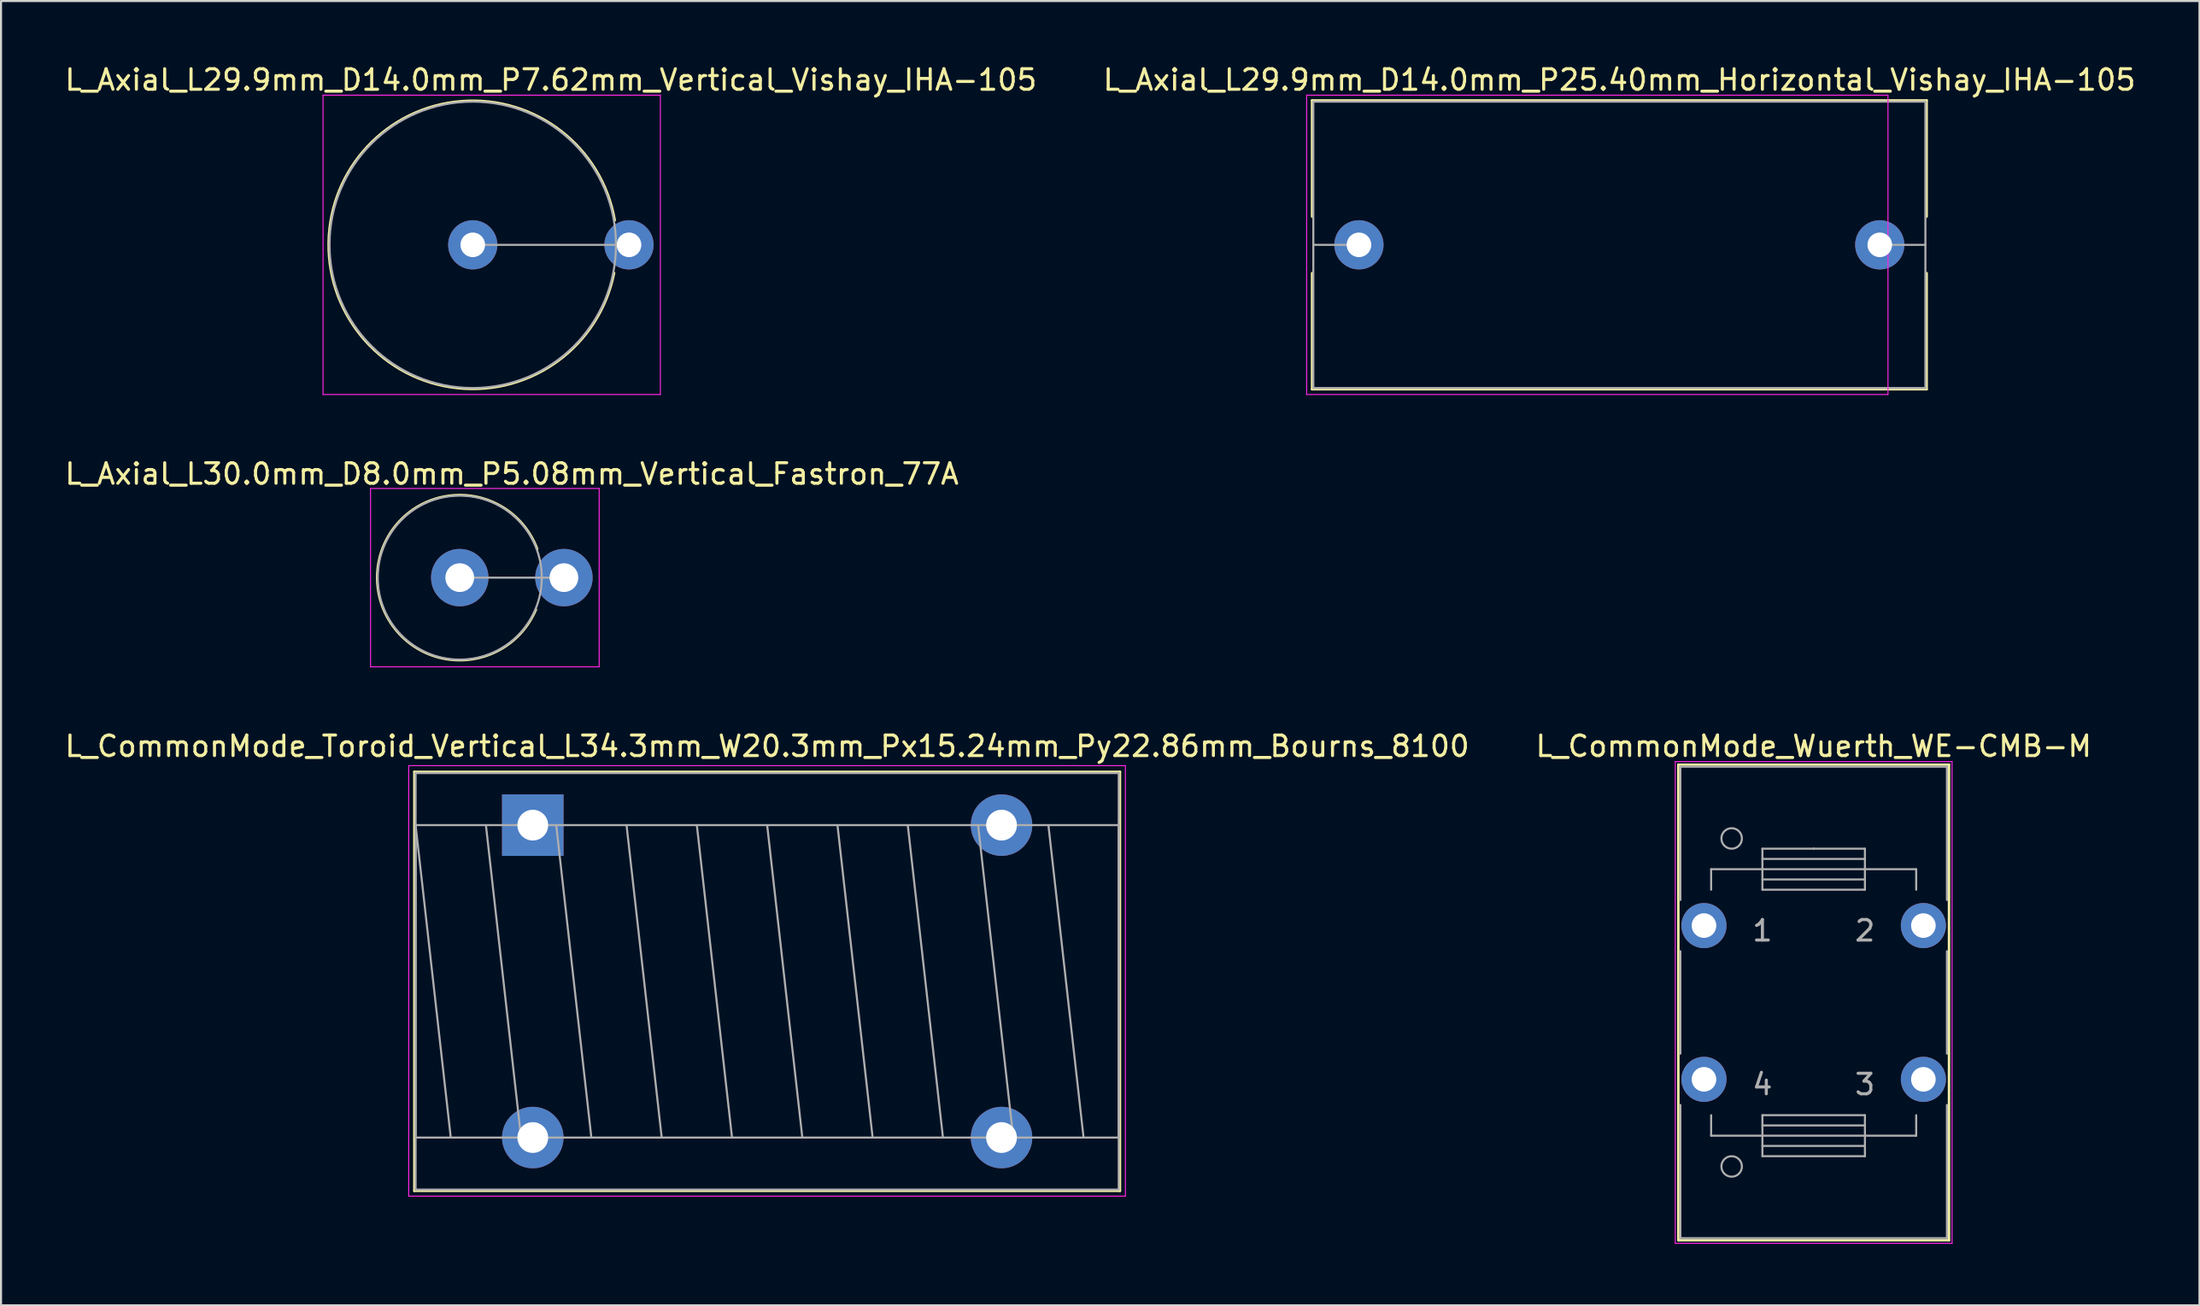
<source format=kicad_pcb>
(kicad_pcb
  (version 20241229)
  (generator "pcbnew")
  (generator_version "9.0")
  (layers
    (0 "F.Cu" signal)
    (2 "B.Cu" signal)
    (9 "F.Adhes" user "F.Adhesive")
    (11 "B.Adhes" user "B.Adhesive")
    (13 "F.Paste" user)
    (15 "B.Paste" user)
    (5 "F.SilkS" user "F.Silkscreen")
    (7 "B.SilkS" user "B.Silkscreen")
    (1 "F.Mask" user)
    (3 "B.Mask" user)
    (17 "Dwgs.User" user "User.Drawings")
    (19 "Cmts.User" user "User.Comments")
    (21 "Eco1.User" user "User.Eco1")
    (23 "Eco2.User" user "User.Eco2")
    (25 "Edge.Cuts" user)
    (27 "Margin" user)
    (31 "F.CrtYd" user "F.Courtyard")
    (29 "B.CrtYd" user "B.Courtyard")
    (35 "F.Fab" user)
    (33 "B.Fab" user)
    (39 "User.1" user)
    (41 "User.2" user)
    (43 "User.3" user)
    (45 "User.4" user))
  (footprint "L_Axial_L30.0mm_D8.0mm_P5.08mm_Vertical_Fastron_77A"
    (layer "F.Cu")
    (at 19.371 25.127)
    (property "Reference" "L_Axial_L30.0mm_D8.0mm_P5.08mm_Vertical_Fastron_77A" (at 2.54 -5.06 0) (layer "F.SilkS") (effects (font (size 1 1) (thickness 0.15))))
    (attr through_hole)
    (fp_arc (start 3.714191 1.558296) (mid -4.026942 -0.085096) (end 3.776705 -1.4) (stroke (width 0.12) (type solid)) (layer "F.SilkS"))
    (fp_line (start -4.35 -4.35) (end -4.35 4.35) (stroke (width 0.05) (type solid)) (layer "F.CrtYd"))
    (fp_line (start -4.35 4.35) (end 6.8 4.35) (stroke (width 0.05) (type solid)) (layer "F.CrtYd"))
    (fp_line (start 6.8 -4.35) (end -4.35 -4.35) (stroke (width 0.05) (type solid)) (layer "F.CrtYd"))
    (fp_line (start 6.8 4.35) (end 6.8 -4.35) (stroke (width 0.05) (type solid)) (layer "F.CrtYd"))
    (fp_line (start 0 0) (end 5.08 0) (stroke (width 0.1) (type solid)) (layer "F.Fab"))
    (fp_circle (center 0 0) (end 4 0) (stroke (width 0.1) (type solid)) (fill no) (layer "F.Fab"))
    (pad "1" thru_hole circle (at 0 0) (size 2.8 2.8) (drill 1.4) (layers "*.Cu" "*.Mask"))
    (pad "2" thru_hole oval (at 5.08 0) (size 2.8 2.8) (drill 1.4) (layers "*.Cu" "*.Mask")))
  (footprint "L_Axial_L29.9mm_D14.0mm_P7.62mm_Vertical_Vishay_IHA-105"
    (layer "F.Cu")
    (at 20.005 8.893)
    (property "Reference" "L_Axial_L29.9mm_D14.0mm_P7.62mm_Vertical_Vishay_IHA-105" (at 3.81 -8.045 0) (layer "F.SilkS") (effects (font (size 1 1) (thickness 0.15))))
    (attr through_hole)
    (fp_arc (start 6.893528 1.373753) (mid -7.028522 -0.08837) (end 6.925888 -1.2) (stroke (width 0.12) (type solid)) (layer "F.SilkS"))
    (fp_line (start -7.3 -7.3) (end -7.3 7.3) (stroke (width 0.05) (type solid)) (layer "F.CrtYd"))
    (fp_line (start -7.3 7.3) (end 9.15 7.3) (stroke (width 0.05) (type solid)) (layer "F.CrtYd"))
    (fp_line (start 9.15 -7.3) (end -7.3 -7.3) (stroke (width 0.05) (type solid)) (layer "F.CrtYd"))
    (fp_line (start 9.15 7.3) (end 9.15 -7.3) (stroke (width 0.05) (type solid)) (layer "F.CrtYd"))
    (fp_line (start 0 0) (end 7.62 0) (stroke (width 0.1) (type solid)) (layer "F.Fab"))
    (fp_circle (center 0 0) (end 6.985 0) (stroke (width 0.1) (type solid)) (fill no) (layer "F.Fab"))
    (pad "1" thru_hole circle (at 0 0) (size 2.4 2.4) (drill 1.2) (layers "*.Cu" "*.Mask"))
    (pad "2" thru_hole oval (at 7.62 0) (size 2.4 2.4) (drill 1.2) (layers "*.Cu" "*.Mask")))
  (footprint "L_CommonMode_Wuerth_WE-CMB-M"
    (layer "F.Cu")
    (at 80.049 42.1)
    (property "Reference" "L_CommonMode_Wuerth_WE-CMB-M" (at 5.35 -8.75 0) (layer "F.SilkS") (effects (font (size 1 1) (thickness 0.15))))
    (attr through_hole)
    (fp_line (start -1.25 -7.85) (end 11.95 -7.85) (stroke (width 0.12) (type solid)) (layer "F.SilkS"))
    (fp_line (start -1.25 15.35) (end -1.25 -7.85) (stroke (width 0.12) (type solid)) (layer "F.SilkS"))
    (fp_line (start 11.95 -7.85) (end 11.95 15.35) (stroke (width 0.12) (type solid)) (layer "F.SilkS"))
    (fp_line (start 11.95 15.35) (end -1.25 15.35) (stroke (width 0.12) (type solid)) (layer "F.SilkS"))
    (fp_line (start -1.4 -8) (end 12.1 -8) (stroke (width 0.05) (type solid)) (layer "F.CrtYd"))
    (fp_line (start -1.4 15.5) (end -1.4 -8) (stroke (width 0.05) (type solid)) (layer "F.CrtYd"))
    (fp_line (start 12.1 -8) (end 12.1 15.5) (stroke (width 0.05) (type solid)) (layer "F.CrtYd"))
    (fp_line (start 12.1 15.5) (end -1.4 15.5) (stroke (width 0.05) (type solid)) (layer "F.CrtYd"))
    (fp_line (start -1.15 -7.75) (end 11.85 -7.75) (stroke (width 0.1) (type solid)) (layer "F.Fab"))
    (fp_line (start -1.15 -1.25) (end -1.15 -7.75) (stroke (width 0.1) (type solid)) (layer "F.Fab"))
    (fp_line (start -1.15 6.25) (end -1.15 1.25) (stroke (width 0.1) (type solid)) (layer "F.Fab"))
    (fp_line (start -1.15 15.25) (end -1.15 8.75) (stroke (width 0.1) (type solid)) (layer "F.Fab"))
    (fp_line (start 0.35 -2.75) (end 0.35 -1.75) (stroke (width 0.1) (type solid)) (layer "F.Fab"))
    (fp_line (start 0.35 9.25) (end 0.35 10.25) (stroke (width 0.1) (type solid)) (layer "F.Fab"))
    (fp_line (start 0.35 10.25) (end 2.85 10.25) (stroke (width 0.1) (type solid)) (layer "F.Fab"))
    (fp_line (start 2.85 -3.75) (end 5.35 -3.75) (stroke (width 0.1) (type solid)) (layer "F.Fab"))
    (fp_line (start 2.85 -2.75) (end 0.35 -2.75) (stroke (width 0.1) (type solid)) (layer "F.Fab"))
    (fp_line (start 2.85 -2.75) (end 7.85 -2.75) (stroke (width 0.1) (type solid)) (layer "F.Fab"))
    (fp_line (start 2.85 -2.25) (end 7.85 -2.25) (stroke (width 0.1) (type solid)) (layer "F.Fab"))
    (fp_line (start 2.85 -1.75) (end 2.85 -3.75) (stroke (width 0.1) (type solid)) (layer "F.Fab"))
    (fp_line (start 2.85 9.25) (end 7.85 9.25) (stroke (width 0.1) (type solid)) (layer "F.Fab"))
    (fp_line (start 2.85 10.75) (end 7.85 10.75) (stroke (width 0.1) (type solid)) (layer "F.Fab"))
    (fp_line (start 2.85 11.25) (end 2.85 9.25) (stroke (width 0.1) (type solid)) (layer "F.Fab"))
    (fp_line (start 5.35 -3.75) (end 7.85 -3.75) (stroke (width 0.1) (type solid)) (layer "F.Fab"))
    (fp_line (start 7.85 -3.75) (end 7.85 -1.75) (stroke (width 0.1) (type solid)) (layer "F.Fab"))
    (fp_line (start 7.85 -3.25) (end 2.85 -3.25) (stroke (width 0.1) (type solid)) (layer "F.Fab"))
    (fp_line (start 7.85 -2.75) (end 10.35 -2.75) (stroke (width 0.1) (type solid)) (layer "F.Fab"))
    (fp_line (start 7.85 -1.75) (end 2.85 -1.75) (stroke (width 0.1) (type solid)) (layer "F.Fab"))
    (fp_line (start 7.85 9.25) (end 7.85 11.25) (stroke (width 0.1) (type solid)) (layer "F.Fab"))
    (fp_line (start 7.85 9.75) (end 2.85 9.75) (stroke (width 0.1) (type solid)) (layer "F.Fab"))
    (fp_line (start 7.85 10.25) (end 2.85 10.25) (stroke (width 0.1) (type solid)) (layer "F.Fab"))
    (fp_line (start 7.85 11.25) (end 2.85 11.25) (stroke (width 0.1) (type solid)) (layer "F.Fab"))
    (fp_line (start 10.35 -2.75) (end 10.35 -1.75) (stroke (width 0.1) (type solid)) (layer "F.Fab"))
    (fp_line (start 10.35 9.25) (end 10.35 10.25) (stroke (width 0.1) (type solid)) (layer "F.Fab"))
    (fp_line (start 10.35 10.25) (end 7.85 10.25) (stroke (width 0.1) (type solid)) (layer "F.Fab"))
    (fp_line (start 11.85 -7.75) (end 11.85 -1.25) (stroke (width 0.1) (type solid)) (layer "F.Fab"))
    (fp_line (start 11.85 1.25) (end 11.85 6.25) (stroke (width 0.1) (type solid)) (layer "F.Fab"))
    (fp_line (start 11.85 8.75) (end 11.85 15.25) (stroke (width 0.1) (type solid)) (layer "F.Fab"))
    (fp_line (start 11.85 15.25) (end -1.15 15.25) (stroke (width 0.1) (type solid)) (layer "F.Fab"))
    (fp_circle (center 1.35 -4.25) (end 1.85 -4.25) (stroke (width 0.1) (type solid)) (fill no) (layer "F.Fab"))
    (fp_circle (center 1.35 11.75) (end 1.85 11.75) (stroke (width 0.1) (type solid)) (fill no) (layer "F.Fab"))
    (fp_text user "2" (at 7.85 0.25 0) (layer "F.Fab") (effects (font (size 1 1) (thickness 0.15))))
    (fp_text user "4" (at 2.85 7.75 0) (layer "F.Fab") (effects (font (size 1 1) (thickness 0.15))))
    (fp_text user "3" (at 7.85 7.75 0) (layer "F.Fab") (effects (font (size 1 1) (thickness 0.15))))
    (fp_text user "1" (at 2.85 0.25 0) (layer "F.Fab") (effects (font (size 1 1) (thickness 0.15))))
    (pad "1" thru_hole circle (at 0 0) (size 2.2 2.2) (drill 1.2) (layers "*.Cu" "*.Mask"))
    (pad "2" thru_hole circle (at 10.7 0) (size 2.2 2.2) (drill 1.2) (layers "*.Cu" "*.Mask"))
    (pad "3" thru_hole circle (at 10.7 7.5) (size 2.2 2.2) (drill 1.2) (layers "*.Cu" "*.Mask"))
    (pad "4" thru_hole circle (at 0 7.5) (size 2.2 2.2) (drill 1.2) (layers "*.Cu" "*.Mask")))
  (footprint "L_Axial_L29.9mm_D14.0mm_P25.40mm_Horizontal_Vishay_IHA-105"
    (layer "F.Cu")
    (at 63.223 8.893)
    (property "Reference" "L_Axial_L29.9mm_D14.0mm_P25.40mm_Horizontal_Vishay_IHA-105" (at 12.7 -8.045 0) (layer "F.SilkS") (effects (font (size 1 1) (thickness 0.15))))
    (attr through_hole)
    (fp_line (start -2.285 -7.045) (end 27.685 -7.045) (stroke (width 0.12) (type solid)) (layer "F.SilkS"))
    (fp_line (start -2.285 -1.38) (end -2.285 -7.045) (stroke (width 0.12) (type solid)) (layer "F.SilkS"))
    (fp_line (start -2.285 1.38) (end -2.285 7.045) (stroke (width 0.12) (type solid)) (layer "F.SilkS"))
    (fp_line (start -2.285 7.045) (end 27.685 7.045) (stroke (width 0.12) (type solid)) (layer "F.SilkS"))
    (fp_line (start 27.685 -7.045) (end 27.685 -1.38) (stroke (width 0.12) (type solid)) (layer "F.SilkS"))
    (fp_line (start 27.685 7.045) (end 27.685 1.38) (stroke (width 0.12) (type solid)) (layer "F.SilkS"))
    (fp_line (start -2.55 -7.3) (end -2.55 7.3) (stroke (width 0.05) (type solid)) (layer "F.CrtYd"))
    (fp_line (start -2.55 7.3) (end 25.8 7.3) (stroke (width 0.05) (type solid)) (layer "F.CrtYd"))
    (fp_line (start 25.8 -7.3) (end -2.55 -7.3) (stroke (width 0.05) (type solid)) (layer "F.CrtYd"))
    (fp_line (start 25.8 7.3) (end 25.8 -7.3) (stroke (width 0.05) (type solid)) (layer "F.CrtYd"))
    (fp_line (start -2.225 -6.985) (end -2.225 6.985) (stroke (width 0.1) (type solid)) (layer "F.Fab"))
    (fp_line (start -2.225 6.985) (end 27.625 6.985) (stroke (width 0.1) (type solid)) (layer "F.Fab"))
    (fp_line (start 0 0) (end -2.225 0) (stroke (width 0.1) (type solid)) (layer "F.Fab"))
    (fp_line (start 25.4 0) (end 27.625 0) (stroke (width 0.1) (type solid)) (layer "F.Fab"))
    (fp_line (start 27.625 -6.985) (end -2.225 -6.985) (stroke (width 0.1) (type solid)) (layer "F.Fab"))
    (fp_line (start 27.625 6.985) (end 27.625 -6.985) (stroke (width 0.1) (type solid)) (layer "F.Fab"))
    (pad "1" thru_hole circle (at 0 0) (size 2.4 2.4) (drill 1.2) (layers "*.Cu" "*.Mask"))
    (pad "2" thru_hole oval (at 25.4 0) (size 2.4 2.4) (drill 1.2) (layers "*.Cu" "*.Mask")))
  (footprint "L_CommonMode_Toroid_Vertical_L34.3mm_W20.3mm_Px15.24mm_Py22.86mm_Bourns_8100"
    (layer "F.Cu")
    (at 22.933 37.2)
    (property "Reference" "L_CommonMode_Toroid_Vertical_L34.3mm_W20.3mm_Px15.24mm_Py22.86mm_Bourns_8100" (at 11.43 -3.85 0) (layer "F.SilkS") (effects (font (size 1 1) (thickness 0.15))))
    (attr through_hole)
    (fp_line (start -5.775 -2.6) (end -5.775 17.84) (stroke (width 0.12) (type solid)) (layer "F.SilkS"))
    (fp_line (start -5.775 -2.6) (end 28.635 -2.6) (stroke (width 0.12) (type solid)) (layer "F.SilkS"))
    (fp_line (start -5.775 17.84) (end 28.635 17.84) (stroke (width 0.12) (type solid)) (layer "F.SilkS"))
    (fp_line (start 28.635 -2.6) (end 28.635 17.84) (stroke (width 0.12) (type solid)) (layer "F.SilkS"))
    (fp_line (start -6.05 -2.9) (end -6.05 18.1) (stroke (width 0.05) (type solid)) (layer "F.CrtYd"))
    (fp_line (start -6.05 18.1) (end 28.9 18.1) (stroke (width 0.05) (type solid)) (layer "F.CrtYd"))
    (fp_line (start 28.9 -2.9) (end -6.05 -2.9) (stroke (width 0.05) (type solid)) (layer "F.CrtYd"))
    (fp_line (start 28.9 18.1) (end 28.9 -2.9) (stroke (width 0.05) (type solid)) (layer "F.CrtYd"))
    (fp_line (start -5.715 -2.54) (end -5.715 17.78) (stroke (width 0.1) (type solid)) (layer "F.Fab"))
    (fp_line (start -5.715 0) (end -5.715 15.24) (stroke (width 0.1) (type solid)) (layer "F.Fab"))
    (fp_line (start -5.715 0) (end -4 15.24) (stroke (width 0.1) (type solid)) (layer "F.Fab"))
    (fp_line (start -5.715 15.24) (end 28.575 15.24) (stroke (width 0.1) (type solid)) (layer "F.Fab"))
    (fp_line (start -5.715 17.78) (end 28.575 17.78) (stroke (width 0.1) (type solid)) (layer "F.Fab"))
    (fp_line (start -2.286 0) (end -0.572 15.24) (stroke (width 0.1) (type solid)) (layer "F.Fab"))
    (fp_line (start 1.143 0) (end 2.857 15.24) (stroke (width 0.1) (type solid)) (layer "F.Fab"))
    (fp_line (start 4.572 0) (end 6.287 15.24) (stroke (width 0.1) (type solid)) (layer "F.Fab"))
    (fp_line (start 8.001 0) (end 9.716 15.24) (stroke (width 0.1) (type solid)) (layer "F.Fab"))
    (fp_line (start 11.43 0) (end 13.145 15.24) (stroke (width 0.1) (type solid)) (layer "F.Fab"))
    (fp_line (start 14.859 0) (end 16.573 15.24) (stroke (width 0.1) (type solid)) (layer "F.Fab"))
    (fp_line (start 18.288 0) (end 20.003 15.24) (stroke (width 0.1) (type solid)) (layer "F.Fab"))
    (fp_line (start 21.717 0) (end 23.431 15.24) (stroke (width 0.1) (type solid)) (layer "F.Fab"))
    (fp_line (start 25.146 0) (end 26.86 15.24) (stroke (width 0.1) (type solid)) (layer "F.Fab"))
    (fp_line (start 28.575 -2.54) (end -5.715 -2.54) (stroke (width 0.1) (type solid)) (layer "F.Fab"))
    (fp_line (start 28.575 0) (end -5.715 0) (stroke (width 0.1) (type solid)) (layer "F.Fab"))
    (fp_line (start 28.575 15.24) (end 28.575 0) (stroke (width 0.1) (type solid)) (layer "F.Fab"))
    (fp_line (start 28.575 17.78) (end 28.575 -2.54) (stroke (width 0.1) (type solid)) (layer "F.Fab"))
    (pad "1" thru_hole rect (at 0 0) (size 3 3) (drill 1.5) (layers "*.Cu" "*.Mask"))
    (pad "2" thru_hole circle (at 0 15.24) (size 3 3) (drill 1.5) (layers "*.Cu" "*.Mask"))
    (pad "3" thru_hole circle (at 22.86 15.24) (size 3 3) (drill 1.5) (layers "*.Cu" "*.Mask"))
    (pad "4" thru_hole circle (at 22.86 0) (size 3 3) (drill 1.5) (layers "*.Cu" "*.Mask")))
  (gr_rect
    (start -3 -3)
    (end 104.214 60.625)
    (stroke (width 0.1) (type default))
    (fill no)
    (layer "Edge.Cuts")))
</source>
